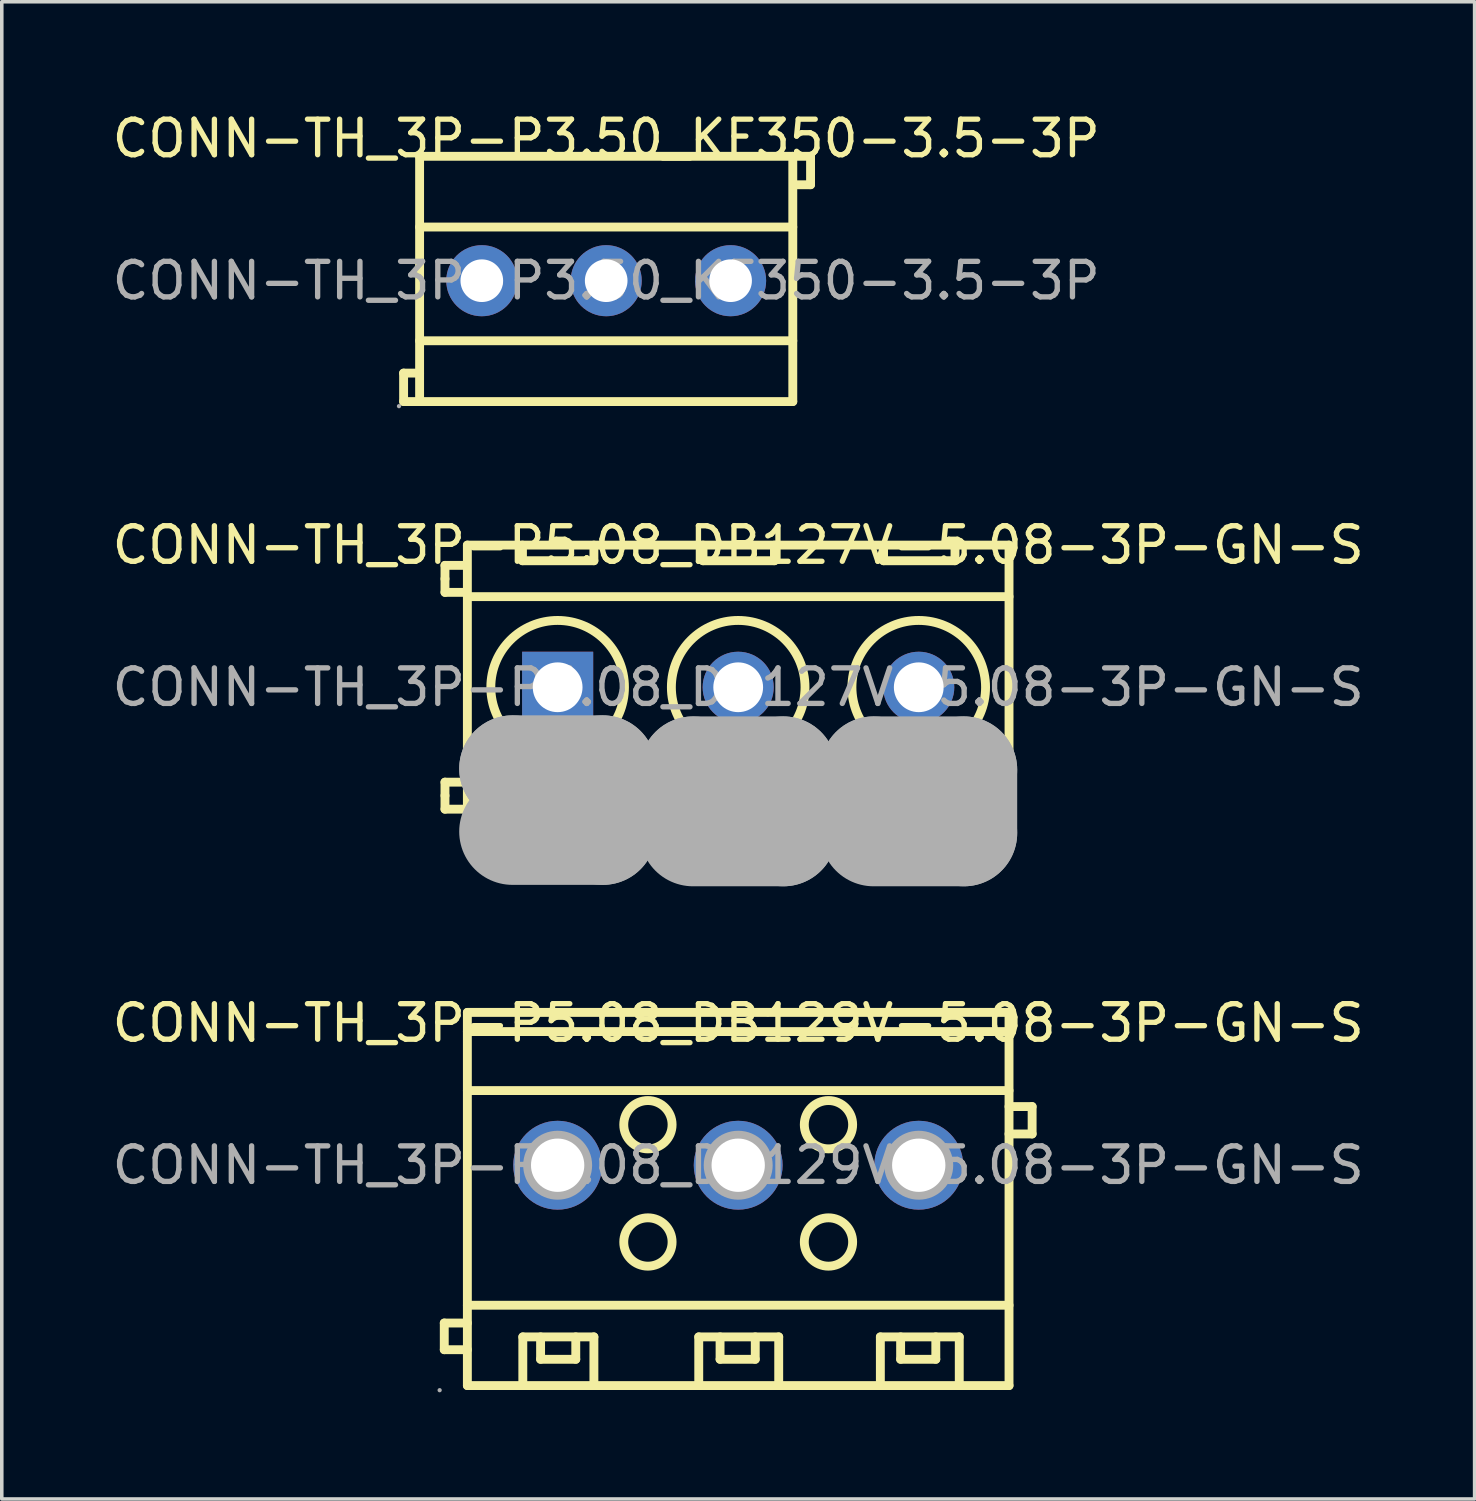
<source format=kicad_pcb>
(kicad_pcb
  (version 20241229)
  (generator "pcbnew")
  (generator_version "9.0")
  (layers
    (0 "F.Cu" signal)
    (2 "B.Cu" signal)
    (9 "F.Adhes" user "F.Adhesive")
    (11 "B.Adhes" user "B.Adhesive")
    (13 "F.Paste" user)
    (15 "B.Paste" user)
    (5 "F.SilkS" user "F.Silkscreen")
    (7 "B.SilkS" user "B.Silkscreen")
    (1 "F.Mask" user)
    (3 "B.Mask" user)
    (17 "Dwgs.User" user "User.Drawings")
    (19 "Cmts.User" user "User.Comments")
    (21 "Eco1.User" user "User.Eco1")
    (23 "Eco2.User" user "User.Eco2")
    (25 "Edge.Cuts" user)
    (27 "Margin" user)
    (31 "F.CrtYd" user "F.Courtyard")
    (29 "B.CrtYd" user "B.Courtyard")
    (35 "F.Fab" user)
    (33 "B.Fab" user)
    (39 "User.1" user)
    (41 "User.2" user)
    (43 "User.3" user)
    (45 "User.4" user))
  (footprint "CONN-TH_3P-P3.50_KF350-3.5-3P"
    (layer "F.Cu")
    (at 14.006 4.848)
    (property "Reference" "CONN-TH_3P-P3.50_KF350-3.5-3P" (at 0 -4 0) (layer "F.SilkS") (effects (font (size 1 1) (thickness 0.15))))
    (attr through_hole)
    (fp_line (start -5.7 2.6) (end -5.25 2.6) (stroke (width 0.25) (type solid)) (layer "F.SilkS"))
    (fp_line (start -5.7 3.4) (end -5.7 2.6) (stroke (width 0.25) (type solid)) (layer "F.SilkS"))
    (fp_line (start -5.25 -3.5) (end -5.25 3.4) (stroke (width 0.25) (type solid)) (layer "F.SilkS"))
    (fp_line (start -5.25 -3.5) (end 5.25 -3.5) (stroke (width 0.25) (type solid)) (layer "F.SilkS"))
    (fp_line (start -5.25 -1.51) (end 5.25 -1.51) (stroke (width 0.25) (type solid)) (layer "F.SilkS"))
    (fp_line (start -5.25 1.69) (end 5.25 1.69) (stroke (width 0.25) (type solid)) (layer "F.SilkS"))
    (fp_line (start -5.25 3.4) (end -5.7 3.4) (stroke (width 0.25) (type solid)) (layer "F.SilkS"))
    (fp_line (start -5.25 3.4) (end 5.25 3.4) (stroke (width 0.25) (type solid)) (layer "F.SilkS"))
    (fp_line (start 5.25 -3.5) (end 5.25 3.4) (stroke (width 0.25) (type solid)) (layer "F.SilkS"))
    (fp_line (start 5.3 -3.5) (end 5.75 -3.5) (stroke (width 0.25) (type solid)) (layer "F.SilkS"))
    (fp_line (start 5.75 -3.5) (end 5.75 -2.7) (stroke (width 0.25) (type solid)) (layer "F.SilkS"))
    (fp_line (start 5.75 -2.7) (end 5.3 -2.7) (stroke (width 0.25) (type solid)) (layer "F.SilkS"))
    (fp_circle (center -5.83 3.53) (end -5.8 3.53) (stroke (width 0.06) (type solid)) (fill no) (layer "F.Fab"))
    (fp_circle (center -3.5 0) (end -3.25 0) (stroke (width 0.5) (type solid)) (fill no) (layer "F.Fab"))
    (fp_circle (center 0 0) (end 0.25 0) (stroke (width 0.5) (type solid)) (fill no) (layer "F.Fab"))
    (fp_circle (center 3.5 0) (end 3.75 0) (stroke (width 0.5) (type solid)) (fill no) (layer "F.Fab"))
    (fp_text user "${REFERENCE}" (at 0 0 0) (layer "F.Fab") (effects (font (size 1 1) (thickness 0.15))))
    (pad "1" thru_hole circle (at -3.5 0) (size 2 2) (drill 1.2) (layers "*.Cu" "*.Mask"))
    (pad "2" thru_hole circle (at 0 0) (size 2 2) (drill 1.2) (layers "*.Cu" "*.Mask"))
    (pad "3" thru_hole circle (at 3.5 0) (size 2 2) (drill 1.2) (layers "*.Cu" "*.Mask")))
  (footprint "CONN-TH_3P-P5.08_DB129V-5.08-3P-GN-S"
    (layer "F.Cu")
    (at 17.72 29.735)
    (property "Reference" "CONN-TH_3P-P5.08_DB129V-5.08-3P-GN-S" (at 0 -4 0) (layer "F.SilkS") (effects (font (size 1 1) (thickness 0.15))))
    (attr through_hole)
    (fp_line (start -8.27 4.44) (end -8.27 5.19) (stroke (width 0.25) (type solid)) (layer "F.SilkS"))
    (fp_line (start -8.27 5.19) (end -7.62 5.19) (stroke (width 0.25) (type solid)) (layer "F.SilkS"))
    (fp_line (start -7.62 -4.3) (end -7.62 6.2) (stroke (width 0.25) (type solid)) (layer "F.SilkS"))
    (fp_line (start -7.62 -4.3) (end 7.62 -4.3) (stroke (width 0.25) (type solid)) (layer "F.SilkS"))
    (fp_line (start -7.62 -3.76) (end 7.62 -3.76) (stroke (width 0.25) (type solid)) (layer "F.SilkS"))
    (fp_line (start -7.62 -2.1) (end 7.62 -2.1) (stroke (width 0.25) (type solid)) (layer "F.SilkS"))
    (fp_line (start -7.62 3.94) (end 7.62 3.94) (stroke (width 0.25) (type solid)) (layer "F.SilkS"))
    (fp_line (start -7.62 4.44) (end -8.27 4.44) (stroke (width 0.25) (type solid)) (layer "F.SilkS"))
    (fp_line (start -7.62 6.2) (end 7.62 6.2) (stroke (width 0.25) (type solid)) (layer "F.SilkS"))
    (fp_line (start -6.06 4.83) (end -4.06 4.83) (stroke (width 0.25) (type solid)) (layer "F.SilkS"))
    (fp_line (start -6.06 6.2) (end -6.06 4.83) (stroke (width 0.25) (type solid)) (layer "F.SilkS"))
    (fp_line (start -5.56 4.83) (end -5.56 5.46) (stroke (width 0.25) (type solid)) (layer "F.SilkS"))
    (fp_line (start -5.56 5.46) (end -4.57 5.46) (stroke (width 0.25) (type solid)) (layer "F.SilkS"))
    (fp_line (start -4.57 5.46) (end -4.57 4.83) (stroke (width 0.25) (type solid)) (layer "F.SilkS"))
    (fp_line (start -4.06 4.83) (end -4.06 6.2) (stroke (width 0.25) (type solid)) (layer "F.SilkS"))
    (fp_line (start -1.11 4.83) (end 1.14 4.83) (stroke (width 0.25) (type solid)) (layer "F.SilkS"))
    (fp_line (start -1.11 6.2) (end -1.11 4.83) (stroke (width 0.25) (type solid)) (layer "F.SilkS"))
    (fp_line (start -0.51 4.83) (end -0.51 5.46) (stroke (width 0.25) (type solid)) (layer "F.SilkS"))
    (fp_line (start -0.51 5.46) (end 0.48 5.46) (stroke (width 0.25) (type solid)) (layer "F.SilkS"))
    (fp_line (start 0.48 5.46) (end 0.48 4.83) (stroke (width 0.25) (type solid)) (layer "F.SilkS"))
    (fp_line (start 1.14 4.83) (end 1.14 6.1) (stroke (width 0.25) (type solid)) (layer "F.SilkS"))
    (fp_line (start 4 4.83) (end 6.22 4.83) (stroke (width 0.25) (type solid)) (layer "F.SilkS"))
    (fp_line (start 4 6.2) (end 4 4.83) (stroke (width 0.25) (type solid)) (layer "F.SilkS"))
    (fp_line (start 4.57 4.83) (end 4.57 5.46) (stroke (width 0.25) (type solid)) (layer "F.SilkS"))
    (fp_line (start 4.57 5.46) (end 5.56 5.46) (stroke (width 0.25) (type solid)) (layer "F.SilkS"))
    (fp_line (start 5.56 5.46) (end 5.56 4.83) (stroke (width 0.25) (type solid)) (layer "F.SilkS"))
    (fp_line (start 6.22 4.83) (end 6.22 6.2) (stroke (width 0.25) (type solid)) (layer "F.SilkS"))
    (fp_line (start 7.62 -4.3) (end 7.62 6.2) (stroke (width 0.25) (type solid)) (layer "F.SilkS"))
    (fp_line (start 7.62 -1.65) (end 8.27 -1.65) (stroke (width 0.25) (type solid)) (layer "F.SilkS"))
    (fp_line (start 8.27 -1.65) (end 8.27 -0.88) (stroke (width 0.25) (type solid)) (layer "F.SilkS"))
    (fp_line (start 8.27 -0.88) (end 7.62 -0.88) (stroke (width 0.25) (type solid)) (layer "F.SilkS"))
    (fp_circle (center -2.54 -1.14) (end -1.86 -1.14) (stroke (width 0.25) (type solid)) (fill no) (layer "F.SilkS"))
    (fp_circle (center -2.54 2.16) (end -1.86 2.16) (stroke (width 0.25) (type solid)) (fill no) (layer "F.SilkS"))
    (fp_circle (center 2.54 -1.14) (end 3.22 -1.14) (stroke (width 0.25) (type solid)) (fill no) (layer "F.SilkS"))
    (fp_circle (center 2.54 2.16) (end 3.22 2.16) (stroke (width 0.25) (type solid)) (fill no) (layer "F.SilkS"))
    (fp_circle (center -8.4 6.33) (end -8.37 6.33) (stroke (width 0.06) (type solid)) (fill no) (layer "F.Fab"))
    (fp_circle (center -5.08 0) (end -4.76 0) (stroke (width 0.65) (type solid)) (fill no) (layer "F.Fab"))
    (fp_circle (center 0 0) (end 0.32 0) (stroke (width 0.65) (type solid)) (fill no) (layer "F.Fab"))
    (fp_circle (center 5.08 0) (end 5.4 0) (stroke (width 0.65) (type solid)) (fill no) (layer "F.Fab"))
    (fp_text user "${REFERENCE}" (at 0 0 0) (layer "F.Fab") (effects (font (size 1 1) (thickness 0.15))))
    (pad "1" thru_hole circle (at -5.08 0) (size 2.5 2.5) (drill 1.5) (layers "*.Cu" "*.Mask"))
    (pad "2" thru_hole circle (at 0 0) (size 2.5 2.5) (drill 1.5) (layers "*.Cu" "*.Mask"))
    (pad "3" thru_hole circle (at 5.08 0) (size 2.5 2.5) (drill 1.5) (layers "*.Cu" "*.Mask")))
  (footprint "CONN-TH_3P-P5.08_DB127V-5.08-3P-GN-S"
    (layer "F.Cu")
    (at 17.72 16.287)
    (property "Reference" "CONN-TH_3P-P5.08_DB127V-5.08-3P-GN-S" (at 0 -4 0) (layer "F.SilkS") (effects (font (size 1 1) (thickness 0.15))))
    (attr through_hole)
    (fp_line (start -8.25 -3.43) (end -7.65 -3.43) (stroke (width 0.25) (type solid)) (layer "F.SilkS"))
    (fp_line (start -8.25 -3.05) (end -8.25 -3.43) (stroke (width 0.25) (type solid)) (layer "F.SilkS"))
    (fp_line (start -8.25 -3.05) (end -8.25 -2.67) (stroke (width 0.25) (type solid)) (layer "F.SilkS"))
    (fp_line (start -8.25 -2.67) (end -7.65 -2.67) (stroke (width 0.25) (type solid)) (layer "F.SilkS"))
    (fp_line (start -8.25 2.67) (end -7.65 2.67) (stroke (width 0.25) (type solid)) (layer "F.SilkS"))
    (fp_line (start -8.25 3.05) (end -8.25 2.67) (stroke (width 0.25) (type solid)) (layer "F.SilkS"))
    (fp_line (start -8.25 3.05) (end -8.25 3.43) (stroke (width 0.25) (type solid)) (layer "F.SilkS"))
    (fp_line (start -8.25 3.43) (end -7.65 3.43) (stroke (width 0.25) (type solid)) (layer "F.SilkS"))
    (fp_line (start -7.62 -4) (end -7.62 4.1) (stroke (width 0.25) (type solid)) (layer "F.SilkS"))
    (fp_line (start -7.62 -4) (end 7.62 -4) (stroke (width 0.25) (type solid)) (layer "F.SilkS"))
    (fp_line (start -7.62 -2.55) (end 7.62 -2.55) (stroke (width 0.25) (type solid)) (layer "F.SilkS"))
    (fp_line (start -7.62 4.1) (end 7.62 4.1) (stroke (width 0.25) (type solid)) (layer "F.SilkS"))
    (fp_line (start -6.07 -4) (end -6.07 -3.56) (stroke (width 0.25) (type solid)) (layer "F.SilkS"))
    (fp_line (start -6.07 -3.56) (end -4.06 -3.56) (stroke (width 0.25) (type solid)) (layer "F.SilkS"))
    (fp_line (start -4.06 -3.56) (end -4.06 -4) (stroke (width 0.25) (type solid)) (layer "F.SilkS"))
    (fp_line (start -0.99 -4) (end -0.99 -3.56) (stroke (width 0.25) (type solid)) (layer "F.SilkS"))
    (fp_line (start -0.99 -3.56) (end 1.02 -3.56) (stroke (width 0.25) (type solid)) (layer "F.SilkS"))
    (fp_line (start 1.02 -3.56) (end 1.02 -4) (stroke (width 0.25) (type solid)) (layer "F.SilkS"))
    (fp_line (start 4.09 -4) (end 4.09 -3.56) (stroke (width 0.25) (type solid)) (layer "F.SilkS"))
    (fp_line (start 4.09 -3.56) (end 6.1 -3.56) (stroke (width 0.25) (type solid)) (layer "F.SilkS"))
    (fp_line (start 6.1 -3.56) (end 6.1 -4) (stroke (width 0.25) (type solid)) (layer "F.SilkS"))
    (fp_line (start 7.62 -4) (end 7.62 4.1) (stroke (width 0.25) (type solid)) (layer "F.SilkS"))
    (fp_circle (center -5.08 0) (end -3.2 0) (stroke (width 0.25) (type solid)) (fill no) (layer "F.SilkS"))
    (fp_circle (center 0 0) (end 1.88 0) (stroke (width 0.25) (type solid)) (fill no) (layer "F.SilkS"))
    (fp_circle (center 5.08 0) (end 6.96 0) (stroke (width 0.25) (type solid)) (fill no) (layer "F.SilkS"))
    (fp_line (start -6.35 2.29) (end -6.35 2.29) (stroke (width 3) (type solid)) (layer "F.Fab"))
    (fp_line (start -6.35 2.29) (end -3.81 2.29) (stroke (width 3) (type solid)) (layer "F.Fab"))
    (fp_line (start -3.81 2.29) (end -3.81 4.06) (stroke (width 3) (type solid)) (layer "F.Fab"))
    (fp_line (start -3.81 4.06) (end -6.35 4.06) (stroke (width 3) (type solid)) (layer "F.Fab"))
    (fp_line (start -1.27 2.32) (end -1.27 2.32) (stroke (width 3) (type solid)) (layer "F.Fab"))
    (fp_line (start -1.27 2.32) (end 1.27 2.32) (stroke (width 3) (type solid)) (layer "F.Fab"))
    (fp_line (start 1.27 2.32) (end 1.27 4.1) (stroke (width 3) (type solid)) (layer "F.Fab"))
    (fp_line (start 1.27 4.1) (end -1.27 4.1) (stroke (width 3) (type solid)) (layer "F.Fab"))
    (fp_line (start 3.81 2.32) (end 3.81 2.32) (stroke (width 3) (type solid)) (layer "F.Fab"))
    (fp_line (start 3.81 2.32) (end 6.35 2.32) (stroke (width 3) (type solid)) (layer "F.Fab"))
    (fp_line (start 6.35 2.32) (end 6.35 4.1) (stroke (width 3) (type solid)) (layer "F.Fab"))
    (fp_line (start 6.35 4.1) (end 3.81 4.1) (stroke (width 3) (type solid)) (layer "F.Fab"))
    (fp_circle (center -7.62 4.05) (end -7.59 4.05) (stroke (width 0.06) (type solid)) (fill no) (layer "F.Fab"))
    (fp_text user "${REFERENCE}" (at 0 0 0) (layer "F.Fab") (effects (font (size 1 1) (thickness 0.15))))
    (pad "1" thru_hole rect (at -5.08 0) (size 2 2) (drill 1.4) (layers "*.Cu" "*.Mask"))
    (pad "2" thru_hole circle (at 0 0) (size 2 2) (drill 1.4) (layers "*.Cu" "*.Mask"))
    (pad "3" thru_hole circle (at 5.08 0) (size 2 2) (drill 1.4) (layers "*.Cu" "*.Mask")))
  (gr_rect
    (start -3 -3)
    (end 38.44 39.125)
    (stroke (width 0.1) (type default))
    (fill no)
    (layer "Edge.Cuts")))
</source>
